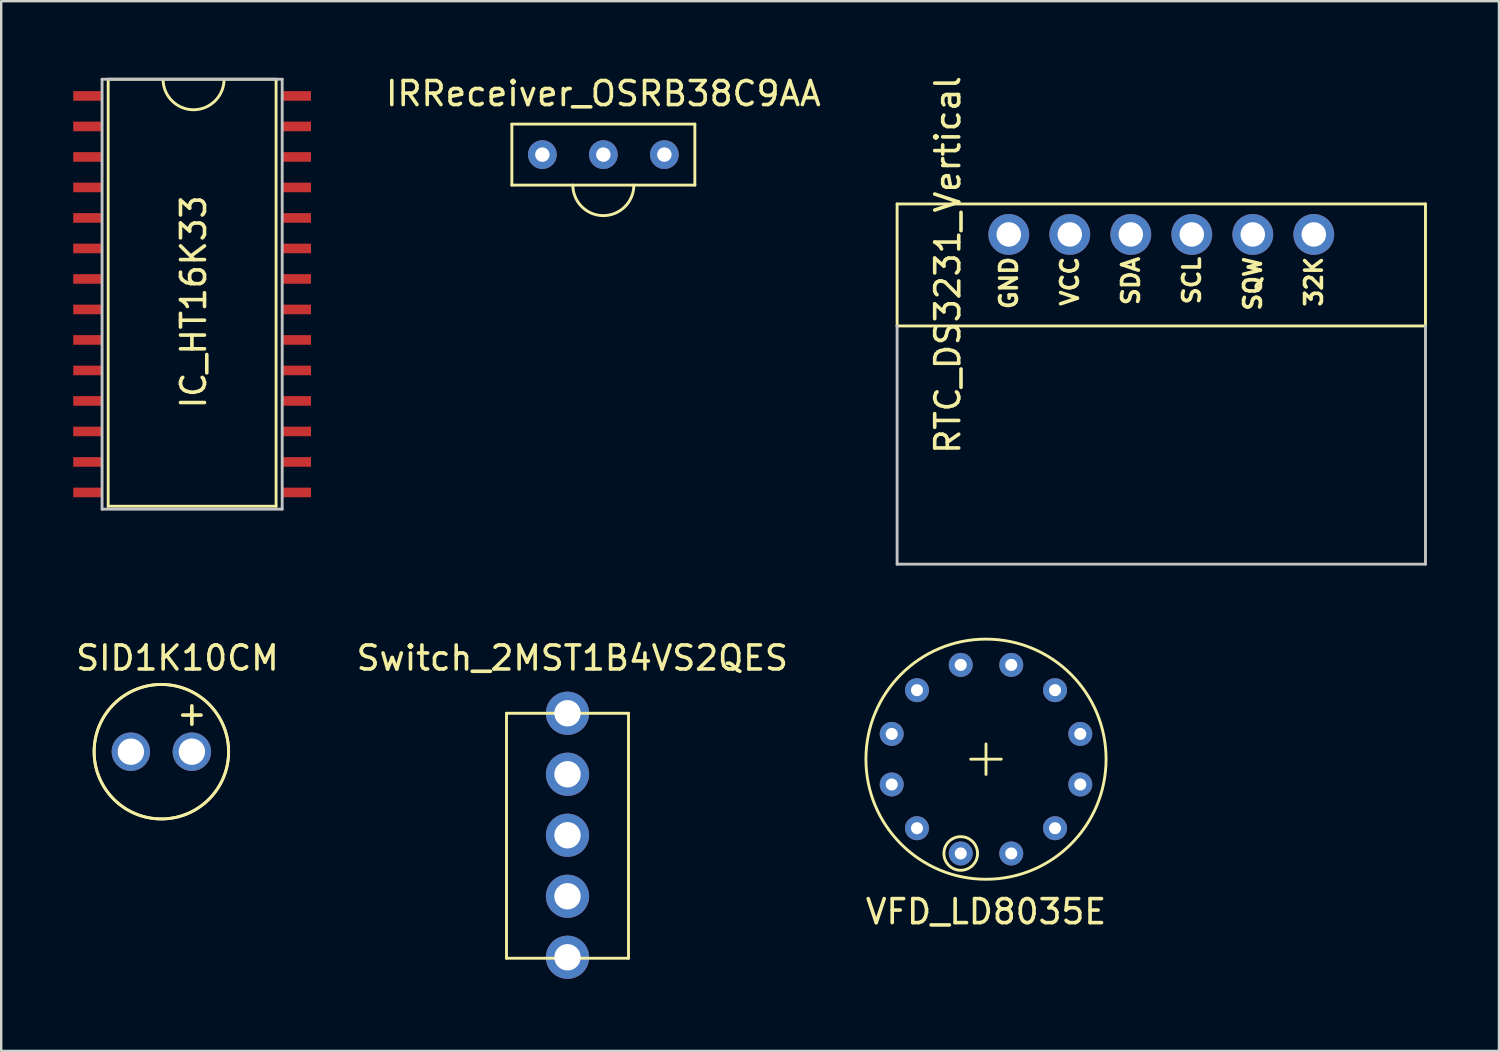
<source format=kicad_pcb>
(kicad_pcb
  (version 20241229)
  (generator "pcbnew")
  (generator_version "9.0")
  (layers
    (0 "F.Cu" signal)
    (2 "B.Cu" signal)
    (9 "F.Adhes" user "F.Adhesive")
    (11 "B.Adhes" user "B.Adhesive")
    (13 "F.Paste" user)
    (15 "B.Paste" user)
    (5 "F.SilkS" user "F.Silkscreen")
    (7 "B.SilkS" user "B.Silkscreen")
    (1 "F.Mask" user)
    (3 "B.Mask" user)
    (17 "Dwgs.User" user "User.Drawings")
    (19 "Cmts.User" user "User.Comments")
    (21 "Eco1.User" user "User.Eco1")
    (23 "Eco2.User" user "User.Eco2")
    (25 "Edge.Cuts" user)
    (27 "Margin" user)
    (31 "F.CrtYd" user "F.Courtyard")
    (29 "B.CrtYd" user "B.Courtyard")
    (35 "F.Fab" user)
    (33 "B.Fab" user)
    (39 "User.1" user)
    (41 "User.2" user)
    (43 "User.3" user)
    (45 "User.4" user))
  (footprint "IC_HT16K33"
    (layer "F.Cu")
    (at 1.2 0.25)
    (property "Reference" "IC_HT16K33" (at 3.81 9.271 90) (layer "F.SilkS") (effects (font (size 1 1) (thickness 0.15))))
    (attr through_hole)
    (fp_line (start 0.254 0) (end 7.246 0) (stroke (width 0.12) (type solid)) (layer "F.SilkS"))
    (fp_line (start 0.254 17.78) (end 0.254 0) (stroke (width 0.12) (type solid)) (layer "F.SilkS"))
    (fp_line (start 7.246 0) (end 7.246 17.78) (stroke (width 0.12) (type solid)) (layer "F.SilkS"))
    (fp_line (start 7.246 17.78) (end 0.254 17.78) (stroke (width 0.12) (type solid)) (layer "F.SilkS"))
    (fp_arc (start 5.08 0) (mid 3.81 1.27) (end 2.54 0) (stroke (width 0.12) (type solid)) (layer "F.SilkS"))
    (fp_line (start 0 0) (end 0 17.9) (stroke (width 0.12) (type solid)) (layer "Dwgs.User"))
    (fp_line (start 0 0) (end 7.5 0) (stroke (width 0.12) (type solid)) (layer "Dwgs.User"))
    (fp_line (start 0 17.9) (end 7.5 17.9) (stroke (width 0.12) (type solid)) (layer "Dwgs.User"))
    (fp_line (start 7.5 0) (end 7.5 17.9) (stroke (width 0.12) (type solid)) (layer "Dwgs.User"))
    (pad "1" smd rect (at -0.6 0.695) (size 1.2 0.4) (layers "F.Cu" "F.Mask" "F.Paste"))
    (pad "2" smd rect (at -0.6 1.965) (size 1.2 0.4) (layers "F.Cu" "F.Mask" "F.Paste"))
    (pad "3" smd rect (at -0.6 3.235) (size 1.2 0.4) (layers "F.Cu" "F.Mask" "F.Paste"))
    (pad "4" smd rect (at -0.6 4.505) (size 1.2 0.4) (layers "F.Cu" "F.Mask" "F.Paste"))
    (pad "5" smd rect (at -0.6 5.775) (size 1.2 0.4) (layers "F.Cu" "F.Mask" "F.Paste"))
    (pad "6" smd rect (at -0.6 7.045) (size 1.2 0.4) (layers "F.Cu" "F.Mask" "F.Paste"))
    (pad "7" smd rect (at -0.6 8.315) (size 1.2 0.4) (layers "F.Cu" "F.Mask" "F.Paste"))
    (pad "8" smd rect (at -0.6 9.585) (size 1.2 0.4) (layers "F.Cu" "F.Mask" "F.Paste"))
    (pad "9" smd rect (at -0.6 10.855) (size 1.2 0.4) (layers "F.Cu" "F.Mask" "F.Paste"))
    (pad "10" smd rect (at -0.6 12.125) (size 1.2 0.4) (layers "F.Cu" "F.Mask" "F.Paste"))
    (pad "11" smd rect (at -0.6 13.395) (size 1.2 0.4) (layers "F.Cu" "F.Mask" "F.Paste"))
    (pad "12" smd rect (at -0.6 14.665) (size 1.2 0.4) (layers "F.Cu" "F.Mask" "F.Paste"))
    (pad "13" smd rect (at -0.6 15.935) (size 1.2 0.4) (layers "F.Cu" "F.Mask" "F.Paste"))
    (pad "14" smd rect (at -0.6 17.205) (size 1.2 0.4) (layers "F.Cu" "F.Mask" "F.Paste"))
    (pad "15" smd rect (at 8.1 17.205) (size 1.2 0.4) (layers "F.Cu" "F.Mask" "F.Paste"))
    (pad "16" smd rect (at 8.1 15.935) (size 1.2 0.4) (layers "F.Cu" "F.Mask" "F.Paste"))
    (pad "17" smd rect (at 8.1 14.665) (size 1.2 0.4) (layers "F.Cu" "F.Mask" "F.Paste"))
    (pad "18" smd rect (at 8.1 13.395) (size 1.2 0.4) (layers "F.Cu" "F.Mask" "F.Paste"))
    (pad "19" smd rect (at 8.1 12.125) (size 1.2 0.4) (layers "F.Cu" "F.Mask" "F.Paste"))
    (pad "20" smd rect (at 8.1 10.855) (size 1.2 0.4) (layers "F.Cu" "F.Mask" "F.Paste"))
    (pad "21" smd rect (at 8.1 9.585) (size 1.2 0.4) (layers "F.Cu" "F.Mask" "F.Paste"))
    (pad "22" smd rect (at 8.1 8.315) (size 1.2 0.4) (layers "F.Cu" "F.Mask" "F.Paste"))
    (pad "23" smd rect (at 8.1 7.045) (size 1.2 0.4) (layers "F.Cu" "F.Mask" "F.Paste"))
    (pad "24" smd rect (at 8.1 5.775) (size 1.2 0.4) (layers "F.Cu" "F.Mask" "F.Paste"))
    (pad "25" smd rect (at 8.1 4.505) (size 1.2 0.4) (layers "F.Cu" "F.Mask" "F.Paste"))
    (pad "26" smd rect (at 8.1 3.235) (size 1.2 0.4) (layers "F.Cu" "F.Mask" "F.Paste"))
    (pad "27" smd rect (at 8.1 1.965) (size 1.2 0.4) (layers "F.Cu" "F.Mask" "F.Paste"))
    (pad "28" smd rect (at 8.1 0.695) (size 1.2 0.4) (layers "F.Cu" "F.Mask" "F.Paste")))
  (footprint "Switch_2MST1B4VS2QES"
    (layer "F.Cu")
    (at 20.58 34.75)
    (property "Reference" "Switch_2MST1B4VS2QES" (at 0.2 -10.4 0) (layer "F.SilkS") (effects (font (size 1 1) (thickness 0.15))))
    (attr through_hole)
    (fp_line (start -2.54 -8.1) (end -2.54 2.1) (stroke (width 0.12) (type solid)) (layer "F.SilkS"))
    (fp_line (start -2.54 2.1) (end 2.54 2.1) (stroke (width 0.12) (type solid)) (layer "F.SilkS"))
    (fp_line (start 0 -8.1) (end -2.54 -8.1) (stroke (width 0.12) (type solid)) (layer "F.SilkS"))
    (fp_line (start 2.54 -8.1) (end 0 -8.1) (stroke (width 0.12) (type solid)) (layer "F.SilkS"))
    (fp_line (start 2.54 2.1) (end 2.54 -8.1) (stroke (width 0.12) (type solid)) (layer "F.SilkS"))
    (pad "1" thru_hole circle (at 0 -5.56) (size 1.8 1.8) (drill 1.1) (layers "*.Cu" "*.Mask"))
    (pad "2" thru_hole circle (at 0 -3.02) (size 1.8 1.8) (drill 1.1) (layers "*.Cu" "*.Mask"))
    (pad "3" thru_hole circle (at 0 -0.48) (size 1.8 1.8) (drill 1.1) (layers "*.Cu" "*.Mask"))
    (pad "MP" thru_hole circle (at 0 -8.1) (size 1.8 1.8) (drill 1.1) (layers "*.Cu" "*.Mask"))
    (pad "MP" thru_hole circle (at 0 2.06) (size 1.8 1.8) (drill 1.1) (layers "*.Cu" "*.Mask")))
  (footprint "RTC_DS3231_Vertical"
    (layer "F.Cu")
    (at 45.305 10.522)
    (property "Reference" "RTC_DS3231_Vertical" (at -8.89 -2.54 90) (layer "F.SilkS") (effects (font (size 1 1) (thickness 0.15))))
    (attr through_hole)
    (fp_line (start -11 -5.08) (end 11 -5.08) (stroke (width 0.12) (type solid)) (layer "F.SilkS"))
    (fp_line (start -11 0) (end -11 -5.08) (stroke (width 0.12) (type solid)) (layer "F.SilkS"))
    (fp_line (start -11 0) (end 11 0) (stroke (width 0.12) (type solid)) (layer "F.SilkS"))
    (fp_line (start 11 0) (end 11 -5.08) (stroke (width 0.12) (type solid)) (layer "F.SilkS"))
    (fp_line (start -11 9.92) (end -11 0) (stroke (width 0.12) (type solid)) (layer "Dwgs.User"))
    (fp_line (start -11 9.92) (end 11 9.92) (stroke (width 0.12) (type solid)) (layer "Dwgs.User"))
    (fp_line (start 11 9.92) (end 11 0) (stroke (width 0.12) (type solid)) (layer "Dwgs.User"))
    (fp_text user "SQW" (at 3.81 -1.757 90) (layer "F.SilkS") (effects (font (size 0.7 0.7) (thickness 0.15))))
    (fp_text user "VCC" (at -3.81 -1.857 90) (layer "F.SilkS") (effects (font (size 0.7 0.7) (thickness 0.15))))
    (fp_text user "SDA" (at -1.27 -1.873 90) (layer "F.SilkS") (effects (font (size 0.7 0.7) (thickness 0.15))))
    (fp_text user "SCL" (at 1.27 -1.89 90) (layer "F.SilkS") (effects (font (size 0.7 0.7) (thickness 0.15))))
    (fp_text user "GND" (at -6.35 -1.79 90) (layer "F.SilkS") (effects (font (size 0.7 0.7) (thickness 0.15))))
    (fp_text user "32K" (at 6.35 -1.84 90) (layer "F.SilkS") (effects (font (size 0.7 0.7) (thickness 0.15))))
    (pad "1" thru_hole circle (at -6.35 -3.81) (size 1.7 1.7) (drill 1.02) (layers "*.Cu" "*.Mask"))
    (pad "2" thru_hole circle (at -3.81 -3.81) (size 1.7 1.7) (drill 1.02) (layers "*.Cu" "*.Mask"))
    (pad "3" thru_hole circle (at -1.27 -3.81) (size 1.7 1.7) (drill 1.02) (layers "*.Cu" "*.Mask"))
    (pad "4" thru_hole circle (at 1.27 -3.81) (size 1.7 1.7) (drill 1.02) (layers "*.Cu" "*.Mask"))
    (pad "5" thru_hole circle (at 3.81 -3.81) (size 1.7 1.7) (drill 1.02) (layers "*.Cu" "*.Mask"))
    (pad "6" thru_hole circle (at 6.35 -3.81) (size 1.7 1.7) (drill 1.02) (layers "*.Cu" "*.Mask")))
  (footprint "SID1K10CM"
    (layer "F.Cu")
    (at 4.939 28.25)
    (property "Reference" "SID1K10CM" (at -0.6 -3.9 0) (layer "F.SilkS") (effects (font (size 1 1) (thickness 0.15))))
    (attr through_hole)
    (fp_circle (center -1.27 0) (end 1.53 0) (stroke (width 0.12) (type solid)) (fill no) (layer "F.SilkS"))
    (fp_circle (center -1.27 0) (end 1.53 0) (stroke (width 0.12) (type solid)) (fill no) (layer "F.SilkS"))
    (fp_text user "+" (at 0 -1.6 0) (layer "F.SilkS") (effects (font (size 1 1) (thickness 0.15))))
    (pad "1" thru_hole circle (at -2.54 0) (size 1.6 1.6) (drill 1.1) (layers "*.Cu" "*.Mask"))
    (pad "2" thru_hole circle (at 0 0) (size 1.6 1.6) (drill 1.1) (layers "*.Cu" "*.Mask")))
  (footprint "IRReceiver_OSRB38C9AA"
    (layer "F.Cu")
    (at 22.073 3.388)
    (property "Reference" "IRReceiver_OSRB38C9AA" (at 0 -2.54 0) (layer "F.SilkS") (effects (font (size 1 1) (thickness 0.15))))
    (attr through_hole)
    (fp_line (start -3.81 -1.27) (end -3.81 1.27) (stroke (width 0.12) (type solid)) (layer "F.SilkS"))
    (fp_line (start -3.81 1.27) (end 3.81 1.27) (stroke (width 0.12) (type solid)) (layer "F.SilkS"))
    (fp_line (start 3.81 -1.27) (end -3.81 -1.27) (stroke (width 0.12) (type solid)) (layer "F.SilkS"))
    (fp_line (start 3.81 1.27) (end 3.81 -1.27) (stroke (width 0.12) (type solid)) (layer "F.SilkS"))
    (fp_arc (start 1.27 1.27) (mid 0 2.54) (end -1.27 1.27) (stroke (width 0.12) (type solid)) (layer "F.SilkS"))
    (pad "1" thru_hole circle (at -2.54 0) (size 1.2 1.2) (drill 0.6) (layers "*.Cu" "*.Mask"))
    (pad "2" thru_hole circle (at 0 0) (size 1.2 1.2) (drill 0.6) (layers "*.Cu" "*.Mask"))
    (pad "3" thru_hole circle (at 2.54 0) (size 1.2 1.2) (drill 0.6) (layers "*.Cu" "*.Mask")))
  (footprint "VFD_LD8035E"
    (layer "F.Cu")
    (at 38.006 28.562)
    (property "Reference" "VFD_LD8035E" (at 0 6.35 0) (layer "F.SilkS") (effects (font (size 1 1) (thickness 0.15))))
    (attr through_hole)
    (fp_line (start -0.635 0) (end 0.635 0) (stroke (width 0.12) (type solid)) (layer "F.SilkS"))
    (fp_line (start 0 -0.635) (end 0 0.635) (stroke (width 0.12) (type solid)) (layer "F.SilkS"))
    (fp_circle (center -1.052 3.926) (end -0.352 3.926) (stroke (width 0.12) (type solid)) (fill no) (layer "F.SilkS"))
    (fp_circle (center 0 0) (end 5 0) (stroke (width 0.12) (type solid)) (fill no) (layer "F.SilkS"))
    (pad "1" thru_hole circle (at -1.052 3.926 345) (size 1 1) (drill 0.5) (layers "*.Cu" "*.Mask"))
    (pad "2" thru_hole circle (at 1.052 3.926 345) (size 1 1) (drill 0.5) (layers "*.Cu" "*.Mask"))
    (pad "3" thru_hole circle (at 2.874 2.874 345) (size 1 1) (drill 0.5) (layers "*.Cu" "*.Mask"))
    (pad "4" thru_hole circle (at 3.926 1.052 345) (size 1 1) (drill 0.5) (layers "*.Cu" "*.Mask"))
    (pad "5" thru_hole circle (at 3.926 -1.052 345) (size 1 1) (drill 0.5) (layers "*.Cu" "*.Mask"))
    (pad "6" thru_hole circle (at 2.874 -2.874 345) (size 1 1) (drill 0.5) (layers "*.Cu" "*.Mask"))
    (pad "7" thru_hole circle (at 1.052 -3.926 345) (size 1 1) (drill 0.5) (layers "*.Cu" "*.Mask"))
    (pad "8" thru_hole circle (at -1.052 -3.926 345) (size 1 1) (drill 0.5) (layers "*.Cu" "*.Mask"))
    (pad "9" thru_hole circle (at -2.874 -2.874 345) (size 1 1) (drill 0.5) (layers "*.Cu" "*.Mask"))
    (pad "10" thru_hole circle (at -3.926 -1.052 345) (size 1 1) (drill 0.5) (layers "*.Cu" "*.Mask"))
    (pad "11" thru_hole circle (at -3.926 1.052 345) (size 1 1) (drill 0.5) (layers "*.Cu" "*.Mask"))
    (pad "12" thru_hole circle (at -2.874 2.874 345) (size 1 1) (drill 0.5) (layers "*.Cu" "*.Mask")))
  (gr_rect
    (start -3 -3)
    (end 59.365 40.71)
    (stroke (width 0.1) (type default))
    (fill no)
    (layer "Edge.Cuts")))
</source>
